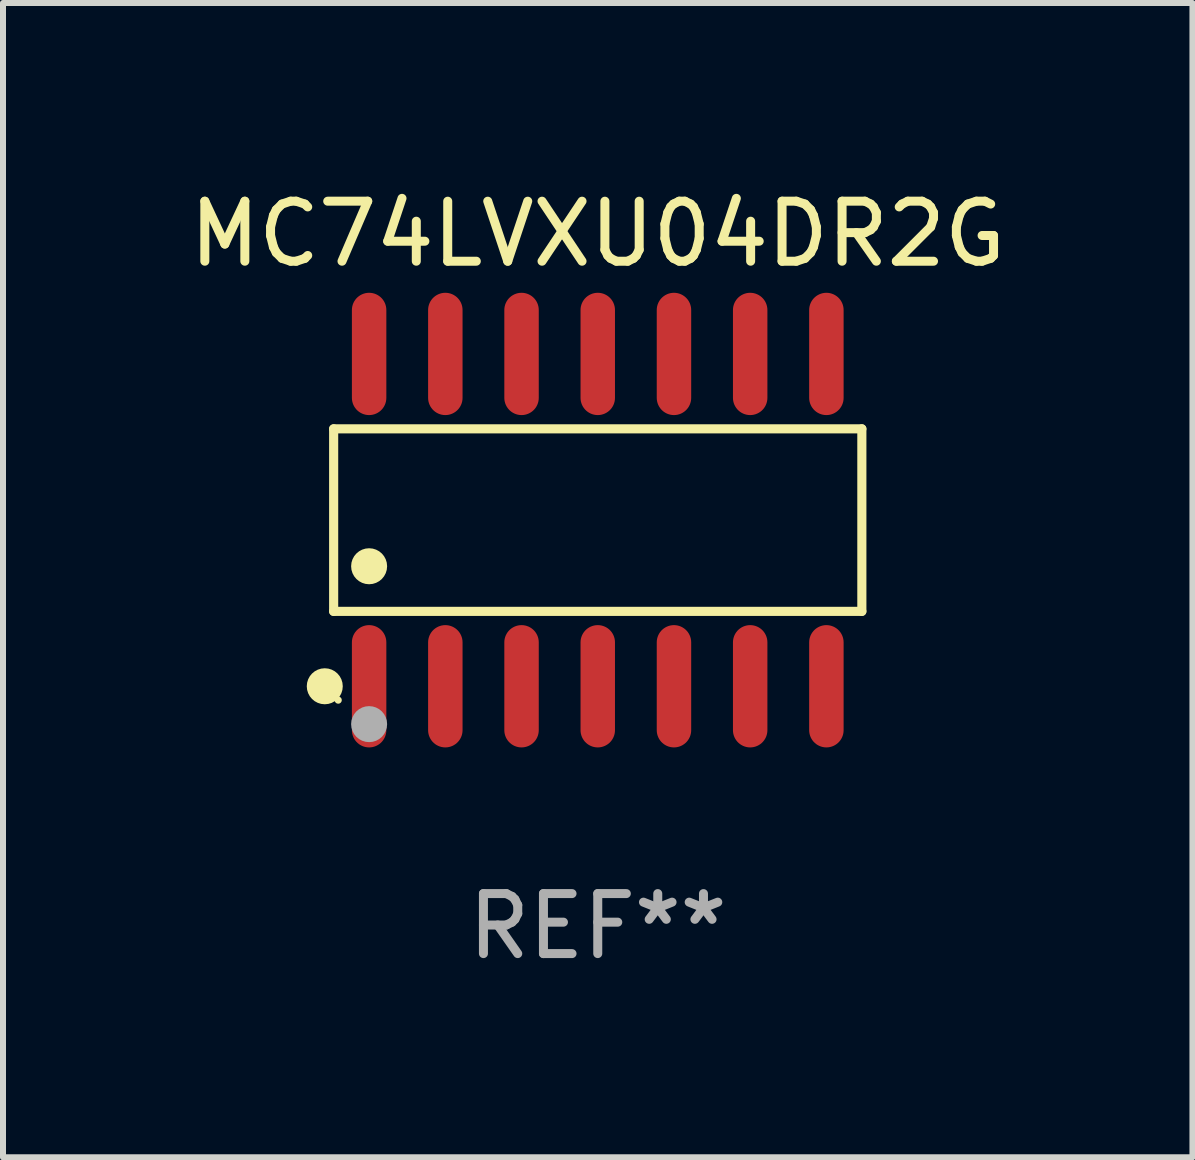
<source format=kicad_pcb>
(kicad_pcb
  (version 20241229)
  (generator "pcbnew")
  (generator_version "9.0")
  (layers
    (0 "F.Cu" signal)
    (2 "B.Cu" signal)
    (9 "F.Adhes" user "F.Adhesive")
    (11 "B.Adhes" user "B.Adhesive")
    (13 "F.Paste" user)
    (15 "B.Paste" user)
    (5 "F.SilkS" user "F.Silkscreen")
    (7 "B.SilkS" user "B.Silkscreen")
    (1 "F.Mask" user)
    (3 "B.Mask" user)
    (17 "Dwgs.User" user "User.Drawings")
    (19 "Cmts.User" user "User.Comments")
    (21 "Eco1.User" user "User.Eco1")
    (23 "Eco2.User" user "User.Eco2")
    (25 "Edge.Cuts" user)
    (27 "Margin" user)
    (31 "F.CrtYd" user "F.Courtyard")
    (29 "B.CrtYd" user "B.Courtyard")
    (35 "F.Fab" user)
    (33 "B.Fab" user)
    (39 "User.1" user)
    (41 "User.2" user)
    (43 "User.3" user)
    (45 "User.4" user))
  (footprint "MC74LVXU04DR2G"
    (layer "F.Cu")
    (at 6.911 5.617)
    (property "Reference" "MC74LVXU04DR2G" (at 0 -4.769 0) (layer "F.SilkS") (effects (font (size 1 1) (thickness 0.15))))
    (attr through_hole)
    (fp_line (start -4.401 -1.521) (end 4.401 -1.521) (stroke (width 0.152) (type solid)) (layer "F.SilkS"))
    (fp_line (start -4.401 1.521) (end -4.401 -1.521) (stroke (width 0.152) (type solid)) (layer "F.SilkS"))
    (fp_line (start 4.401 -1.521) (end 4.401 1.521) (stroke (width 0.152) (type solid)) (layer "F.SilkS"))
    (fp_line (start 4.401 1.521) (end -4.401 1.521) (stroke (width 0.152) (type solid)) (layer "F.SilkS"))
    (fp_circle (center -4.549 2.769) (end -4.399 2.769) (stroke (width 0.3) (type solid)) (fill no) (layer "F.SilkS"))
    (fp_circle (center -4.325 3) (end -4.295 3) (stroke (width 0.06) (type solid)) (fill no) (layer "F.SilkS"))
    (fp_circle (center -3.81 0.769) (end -3.66 0.769) (stroke (width 0.3) (type solid)) (fill no) (layer "F.SilkS"))
    (fp_circle (center -3.81 3.4) (end -3.66 3.4) (stroke (width 0.3) (type solid)) (fill no) (layer "F.Fab"))
    (fp_text user "REF**" (at 0 6.769 0) (layer "F.Fab") (effects (font (size 1 1) (thickness 0.15))))
    (pad "1" smd oval (at -3.81 2.769) (size 0.574 2.038) (layers "F.Cu" "F.Mask" "F.Paste"))
    (pad "2" smd oval (at -2.54 2.769) (size 0.574 2.038) (layers "F.Cu" "F.Mask" "F.Paste"))
    (pad "3" smd oval (at -1.27 2.769) (size 0.574 2.038) (layers "F.Cu" "F.Mask" "F.Paste"))
    (pad "4" smd oval (at 0 2.769) (size 0.574 2.038) (layers "F.Cu" "F.Mask" "F.Paste"))
    (pad "5" smd oval (at 1.27 2.769) (size 0.574 2.038) (layers "F.Cu" "F.Mask" "F.Paste"))
    (pad "6" smd oval (at 2.54 2.769) (size 0.574 2.038) (layers "F.Cu" "F.Mask" "F.Paste"))
    (pad "7" smd oval (at 3.81 2.769) (size 0.574 2.038) (layers "F.Cu" "F.Mask" "F.Paste"))
    (pad "8" smd oval (at 3.81 -2.769) (size 0.574 2.038) (layers "F.Cu" "F.Mask" "F.Paste"))
    (pad "9" smd oval (at 2.54 -2.769) (size 0.574 2.038) (layers "F.Cu" "F.Mask" "F.Paste"))
    (pad "10" smd oval (at 1.27 -2.769) (size 0.574 2.038) (layers "F.Cu" "F.Mask" "F.Paste"))
    (pad "11" smd oval (at 0 -2.769) (size 0.574 2.038) (layers "F.Cu" "F.Mask" "F.Paste"))
    (pad "12" smd oval (at -1.27 -2.769) (size 0.574 2.038) (layers "F.Cu" "F.Mask" "F.Paste"))
    (pad "13" smd oval (at -2.54 -2.769) (size 0.574 2.038) (layers "F.Cu" "F.Mask" "F.Paste"))
    (pad "14" smd oval (at -3.81 -2.769) (size 0.574 2.038) (layers "F.Cu" "F.Mask" "F.Paste")))
  (gr_rect
    (start -3 -3)
    (end 16.821 16.235)
    (stroke (width 0.1) (type default))
    (fill no)
    (layer "Edge.Cuts")))
</source>
